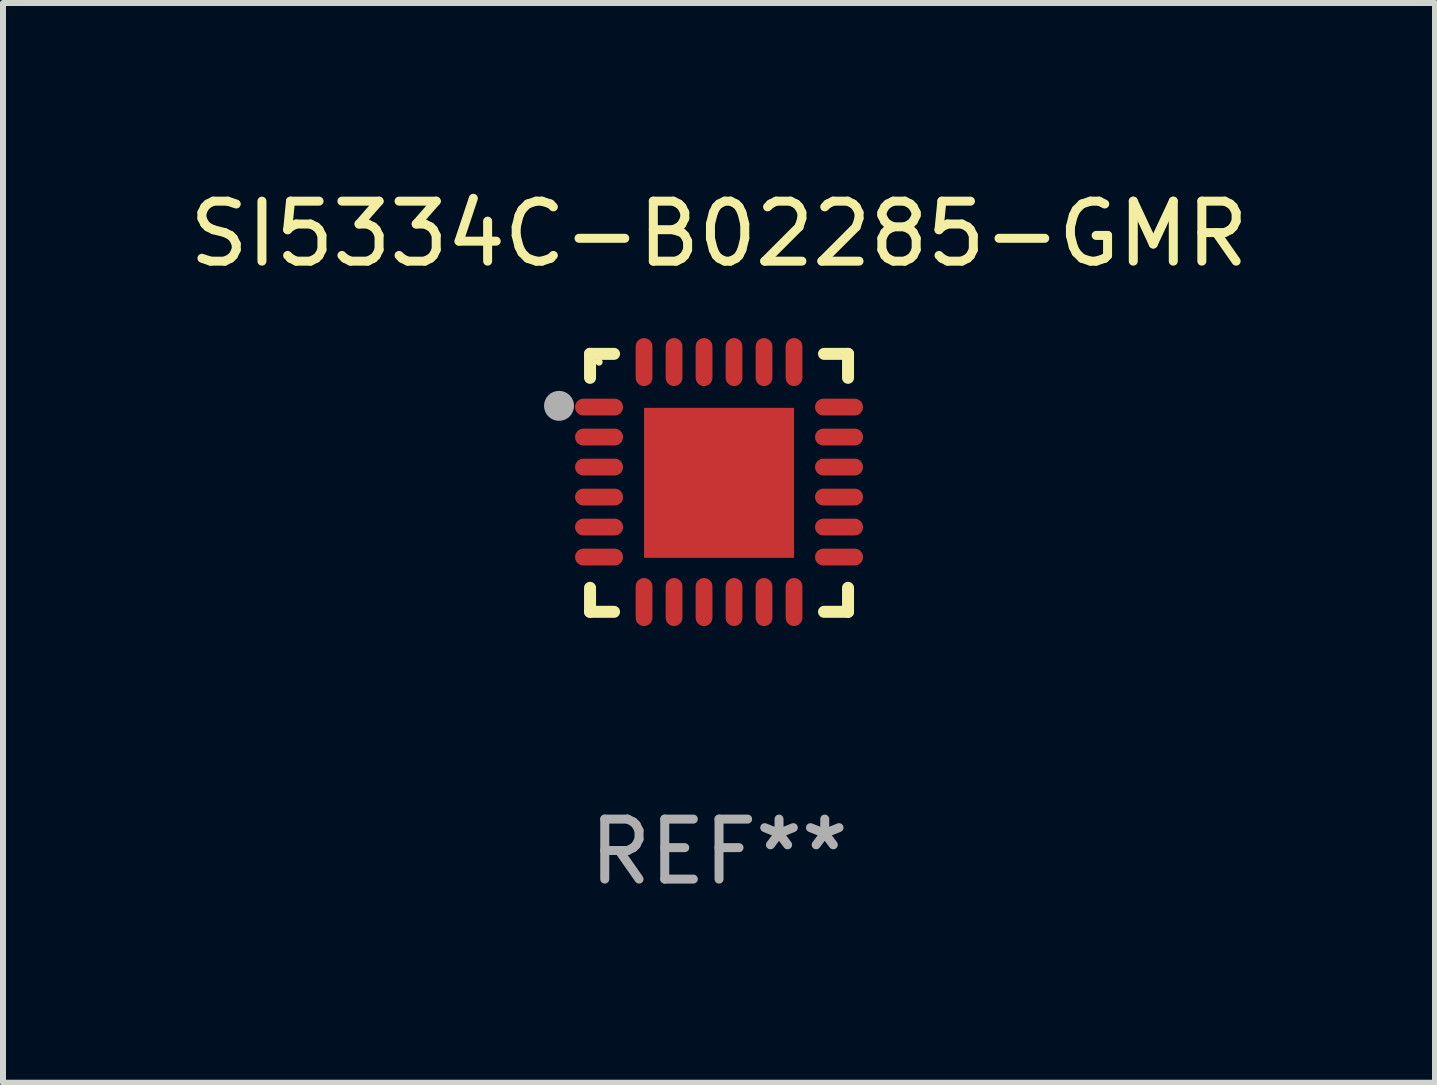
<source format=kicad_pcb>
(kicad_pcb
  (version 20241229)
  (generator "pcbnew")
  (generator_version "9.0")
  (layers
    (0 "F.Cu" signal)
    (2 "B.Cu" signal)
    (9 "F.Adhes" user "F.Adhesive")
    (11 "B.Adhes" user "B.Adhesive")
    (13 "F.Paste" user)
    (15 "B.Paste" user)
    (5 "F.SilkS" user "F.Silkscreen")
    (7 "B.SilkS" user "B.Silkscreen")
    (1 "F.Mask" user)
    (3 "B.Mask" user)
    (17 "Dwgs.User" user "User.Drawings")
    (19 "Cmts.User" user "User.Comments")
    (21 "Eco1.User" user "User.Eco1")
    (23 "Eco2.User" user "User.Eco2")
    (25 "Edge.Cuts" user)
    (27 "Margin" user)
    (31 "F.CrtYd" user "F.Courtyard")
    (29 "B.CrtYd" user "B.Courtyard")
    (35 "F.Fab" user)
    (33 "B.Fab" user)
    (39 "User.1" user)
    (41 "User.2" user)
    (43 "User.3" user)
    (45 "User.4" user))
  (footprint "SI5334C-B02285-GMR"
    (layer "F.Cu")
    (at 8.935 4.998)
    (property "Reference" "SI5334C-B02285-GMR" (at 0 -4.15 0) (layer "F.SilkS") (effects (font (size 1 1) (thickness 0.15))))
    (attr through_hole)
    (fp_line (start -2.15 -2.15) (end -1.75 -2.15) (stroke (width 0.2) (type solid)) (layer "F.SilkS"))
    (fp_line (start -2.15 -1.75) (end -2.15 -2.15) (stroke (width 0.2) (type solid)) (layer "F.SilkS"))
    (fp_line (start -2.15 2.15) (end -2.15 1.75) (stroke (width 0.2) (type solid)) (layer "F.SilkS"))
    (fp_line (start -1.75 2.15) (end -2.15 2.15) (stroke (width 0.2) (type solid)) (layer "F.SilkS"))
    (fp_line (start 1.75 -2.15) (end 2.15 -2.15) (stroke (width 0.2) (type solid)) (layer "F.SilkS"))
    (fp_line (start 1.75 2.15) (end 2.15 2.15) (stroke (width 0.2) (type solid)) (layer "F.SilkS"))
    (fp_line (start 2.15 -2.15) (end 2.15 -1.75) (stroke (width 0.2) (type solid)) (layer "F.SilkS"))
    (fp_line (start 2.15 2.15) (end 2.15 1.75) (stroke (width 0.2) (type solid)) (layer "F.SilkS"))
    (fp_circle (center -2 -2.013) (end -1.97 -2.013) (stroke (width 0.06) (type solid)) (fill no) (layer "F.SilkS"))
    (fp_circle (center -2.667 -1.283) (end -2.542 -1.283) (stroke (width 0.25) (type solid)) (fill no) (layer "F.Fab"))
    (fp_text user "REF**" (at 0 6.15 0) (layer "F.Fab") (effects (font (size 1 1) (thickness 0.15))))
    (pad "1" smd oval (at -2 -1.263) (size 0.8 0.28) (layers "F.Cu" "F.Mask" "F.Paste"))
    (pad "2" smd oval (at -2 -0.763) (size 0.8 0.28) (layers "F.Cu" "F.Mask" "F.Paste"))
    (pad "3" smd oval (at -2 -0.263) (size 0.8 0.28) (layers "F.Cu" "F.Mask" "F.Paste"))
    (pad "4" smd oval (at -2 0.237) (size 0.8 0.28) (layers "F.Cu" "F.Mask" "F.Paste"))
    (pad "5" smd oval (at -2 0.737) (size 0.8 0.28) (layers "F.Cu" "F.Mask" "F.Paste"))
    (pad "6" smd oval (at -2 1.237) (size 0.8 0.28) (layers "F.Cu" "F.Mask" "F.Paste"))
    (pad "7" smd oval (at -1.25 1.987) (size 0.28 0.8) (layers "F.Cu" "F.Mask" "F.Paste"))
    (pad "8" smd oval (at -0.75 1.987) (size 0.28 0.8) (layers "F.Cu" "F.Mask" "F.Paste"))
    (pad "9" smd oval (at -0.25 1.987) (size 0.28 0.8) (layers "F.Cu" "F.Mask" "F.Paste"))
    (pad "10" smd oval (at 0.25 1.987) (size 0.28 0.8) (layers "F.Cu" "F.Mask" "F.Paste"))
    (pad "11" smd oval (at 0.75 1.987) (size 0.28 0.8) (layers "F.Cu" "F.Mask" "F.Paste"))
    (pad "12" smd oval (at 1.25 1.987) (size 0.28 0.8) (layers "F.Cu" "F.Mask" "F.Paste"))
    (pad "13" smd oval (at 2 1.237) (size 0.8 0.28) (layers "F.Cu" "F.Mask" "F.Paste"))
    (pad "14" smd oval (at 2 0.737) (size 0.8 0.28) (layers "F.Cu" "F.Mask" "F.Paste"))
    (pad "15" smd oval (at 2 0.237) (size 0.8 0.28) (layers "F.Cu" "F.Mask" "F.Paste"))
    (pad "16" smd oval (at 2 -0.263) (size 0.8 0.28) (layers "F.Cu" "F.Mask" "F.Paste"))
    (pad "17" smd oval (at 2 -0.763) (size 0.8 0.28) (layers "F.Cu" "F.Mask" "F.Paste"))
    (pad "18" smd oval (at 2 -1.263) (size 0.8 0.28) (layers "F.Cu" "F.Mask" "F.Paste"))
    (pad "19" smd oval (at 1.25 -2.013) (size 0.28 0.8) (layers "F.Cu" "F.Mask" "F.Paste"))
    (pad "20" smd oval (at 0.75 -2.013) (size 0.28 0.8) (layers "F.Cu" "F.Mask" "F.Paste"))
    (pad "21" smd oval (at 0.25 -2.013) (size 0.28 0.8) (layers "F.Cu" "F.Mask" "F.Paste"))
    (pad "22" smd oval (at -0.25 -2.013) (size 0.28 0.8) (layers "F.Cu" "F.Mask" "F.Paste"))
    (pad "23" smd oval (at -0.75 -2.013) (size 0.28 0.8) (layers "F.Cu" "F.Mask" "F.Paste"))
    (pad "24" smd oval (at -1.25 -2.013) (size 0.28 0.8) (layers "F.Cu" "F.Mask" "F.Paste"))
    (pad "25" smd rect (at -0.000127 -0.00014) (size 2.5 2.5) (layers "F.Cu" "F.Mask" "F.Paste")))
  (gr_rect
    (start -3 -3)
    (end 20.869 14.997)
    (stroke (width 0.1) (type default))
    (fill no)
    (layer "Edge.Cuts")))
</source>
